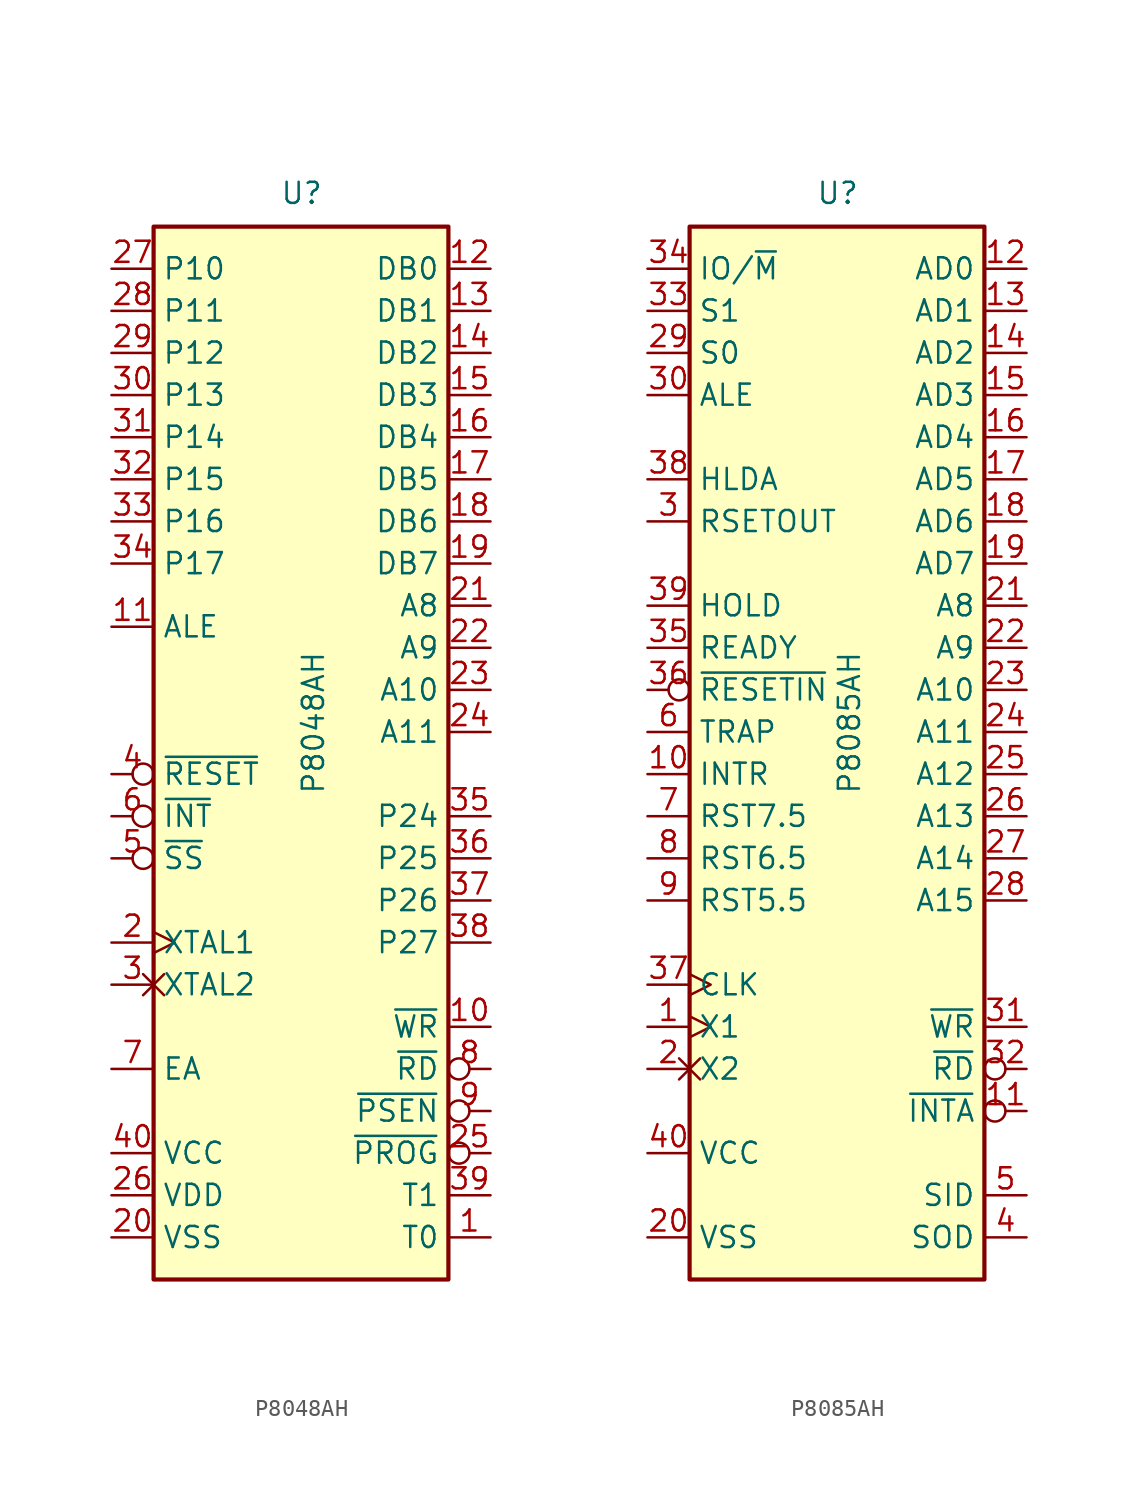
<source format=kicad_sym>
(kicad_symbol_lib
  (version 20211014)
  (generator kicad_symbol_editor)
  (symbol "P8048AH"
    (property "Reference" "U"
      (at -1.27 31.75 0)
      (effects (font (size 1.27 1.27)) (justify left bottom)))
    (property "Value" "P8048AH"
      (at 0 -3.81 90)
      (effects (font (size 1.27 1.27)) (justify left top)))
    (symbol "P8048AH_0_1"
      (rectangle (start -8.89 -33.02) (end 8.89 30.48) (stroke (width 0.254) (type default) (color 0 0 0 0)) (fill (type background))))
    (symbol "P8048AH_1_1"
      (pin output line (at 11.43 -30.48 180) (length 2.54) (name "T0" (effects (font (size 1.27 1.27)))) (number "1" (effects (font (size 1.27 1.27)))))
      (pin output line (at 11.43 -17.78 180) (length 2.54) (name "~{WR}" (effects (font (size 1.27 1.27)))) (number "10" (effects (font (size 1.27 1.27)))))
      (pin output line (at -11.43 6.35 0) (length 2.54) (name "ALE" (effects (font (size 1.27 1.27)))) (number "11" (effects (font (size 1.27 1.27)))))
      (pin bidirectional line (at 11.43 27.94 180) (length 2.54) (name "DB0" (effects (font (size 1.27 1.27)))) (number "12" (effects (font (size 1.27 1.27)))))
      (pin bidirectional line (at 11.43 25.4 180) (length 2.54) (name "DB1" (effects (font (size 1.27 1.27)))) (number "13" (effects (font (size 1.27 1.27)))))
      (pin bidirectional line (at 11.43 22.86 180) (length 2.54) (name "DB2" (effects (font (size 1.27 1.27)))) (number "14" (effects (font (size 1.27 1.27)))))
      (pin bidirectional line (at 11.43 20.32 180) (length 2.54) (name "DB3" (effects (font (size 1.27 1.27)))) (number "15" (effects (font (size 1.27 1.27)))))
      (pin bidirectional line (at 11.43 17.78 180) (length 2.54) (name "DB4" (effects (font (size 1.27 1.27)))) (number "16" (effects (font (size 1.27 1.27)))))
      (pin bidirectional line (at 11.43 15.24 180) (length 2.54) (name "DB5" (effects (font (size 1.27 1.27)))) (number "17" (effects (font (size 1.27 1.27)))))
      (pin bidirectional line (at 11.43 12.7 180) (length 2.54) (name "DB6" (effects (font (size 1.27 1.27)))) (number "18" (effects (font (size 1.27 1.27)))))
      (pin bidirectional line (at 11.43 10.16 180) (length 2.54) (name "DB7" (effects (font (size 1.27 1.27)))) (number "19" (effects (font (size 1.27 1.27)))))
      (pin input clock (at -11.43 -12.7 0) (length 2.54) (name "XTAL1" (effects (font (size 1.27 1.27)))) (number "2" (effects (font (size 1.27 1.27)))))
      (pin power_in line (at -11.43 -30.48 0) (length 2.54) (name "VSS" (effects (font (size 1.27 1.27)))) (number "20" (effects (font (size 1.27 1.27)))))
      (pin output line (at 11.43 7.62 180) (length 2.54) (name "A8" (effects (font (size 1.27 1.27)))) (number "21" (effects (font (size 1.27 1.27)))))
      (pin output line (at 11.43 5.08 180) (length 2.54) (name "A9" (effects (font (size 1.27 1.27)))) (number "22" (effects (font (size 1.27 1.27)))))
      (pin output line (at 11.43 2.54 180) (length 2.54) (name "A10" (effects (font (size 1.27 1.27)))) (number "23" (effects (font (size 1.27 1.27)))))
      (pin output line (at 11.43 0 180) (length 2.54) (name "A11" (effects (font (size 1.27 1.27)))) (number "24" (effects (font (size 1.27 1.27)))))
      (pin output inverted (at 11.43 -25.4 180) (length 2.54) (name "~{PROG}" (effects (font (size 1.27 1.27)))) (number "25" (effects (font (size 1.27 1.27)))))
      (pin power_in line (at -11.43 -27.94 0) (length 2.54) (name "VDD" (effects (font (size 1.27 1.27)))) (number "26" (effects (font (size 1.27 1.27)))))
      (pin bidirectional line (at -11.43 27.94 0) (length 2.54) (name "P10" (effects (font (size 1.27 1.27)))) (number "27" (effects (font (size 1.27 1.27)))))
      (pin bidirectional line (at -11.43 25.4 0) (length 2.54) (name "P11" (effects (font (size 1.27 1.27)))) (number "28" (effects (font (size 1.27 1.27)))))
      (pin bidirectional line (at -11.43 22.86 0) (length 2.54) (name "P12" (effects (font (size 1.27 1.27)))) (number "29" (effects (font (size 1.27 1.27)))))
      (pin input non_logic (at -11.43 -15.24 0) (length 2.54) (name "XTAL2" (effects (font (size 1.27 1.27)))) (number "3" (effects (font (size 1.27 1.27)))))
      (pin bidirectional line (at -11.43 20.32 0) (length 2.54) (name "P13" (effects (font (size 1.27 1.27)))) (number "30" (effects (font (size 1.27 1.27)))))
      (pin bidirectional line (at -11.43 17.78 0) (length 2.54) (name "P14" (effects (font (size 1.27 1.27)))) (number "31" (effects (font (size 1.27 1.27)))))
      (pin bidirectional line (at -11.43 15.24 0) (length 2.54) (name "P15" (effects (font (size 1.27 1.27)))) (number "32" (effects (font (size 1.27 1.27)))))
      (pin bidirectional line (at -11.43 12.7 0) (length 2.54) (name "P16" (effects (font (size 1.27 1.27)))) (number "33" (effects (font (size 1.27 1.27)))))
      (pin bidirectional line (at -11.43 10.16 0) (length 2.54) (name "P17" (effects (font (size 1.27 1.27)))) (number "34" (effects (font (size 1.27 1.27)))))
      (pin bidirectional line (at 11.43 -5.08 180) (length 2.54) (name "P24" (effects (font (size 1.27 1.27)))) (number "35" (effects (font (size 1.27 1.27)))))
      (pin bidirectional line (at 11.43 -7.62 180) (length 2.54) (name "P25" (effects (font (size 1.27 1.27)))) (number "36" (effects (font (size 1.27 1.27)))))
      (pin bidirectional line (at 11.43 -10.16 180) (length 2.54) (name "P26" (effects (font (size 1.27 1.27)))) (number "37" (effects (font (size 1.27 1.27)))))
      (pin bidirectional line (at 11.43 -12.7 180) (length 2.54) (name "P27" (effects (font (size 1.27 1.27)))) (number "38" (effects (font (size 1.27 1.27)))))
      (pin output line (at 11.43 -27.94 180) (length 2.54) (name "T1" (effects (font (size 1.27 1.27)))) (number "39" (effects (font (size 1.27 1.27)))))
      (pin input inverted (at -11.43 -2.54 0) (length 2.54) (name "~{RESET}" (effects (font (size 1.27 1.27)))) (number "4" (effects (font (size 1.27 1.27)))))
      (pin power_in line (at -11.43 -25.4 0) (length 2.54) (name "VCC" (effects (font (size 1.27 1.27)))) (number "40" (effects (font (size 1.27 1.27)))))
      (pin input inverted (at -11.43 -7.62 0) (length 2.54) (name "~{SS}" (effects (font (size 1.27 1.27)))) (number "5" (effects (font (size 1.27 1.27)))))
      (pin input inverted (at -11.43 -5.08 0) (length 2.54) (name "~{INT}" (effects (font (size 1.27 1.27)))) (number "6" (effects (font (size 1.27 1.27)))))
      (pin input line (at -11.43 -20.32 0) (length 2.54) (name "EA" (effects (font (size 1.27 1.27)))) (number "7" (effects (font (size 1.27 1.27)))))
      (pin output inverted (at 11.43 -20.32 180) (length 2.54) (name "~{RD}" (effects (font (size 1.27 1.27)))) (number "8" (effects (font (size 1.27 1.27)))))
      (pin output inverted (at 11.43 -22.86 180) (length 2.54) (name "~{PSEN}" (effects (font (size 1.27 1.27)))) (number "9" (effects (font (size 1.27 1.27)))))))
  (symbol "P8085AH"
    (property "Reference" "U"
      (at -1.27 31.75 0)
      (effects (font (size 1.27 1.27)) (justify left bottom)))
    (property "Value" "P8085AH"
      (at 0 -3.81 90)
      (effects (font (size 1.27 1.27)) (justify left top)))
    (symbol "P8085AH_0_1"
      (rectangle (start -8.89 -33.02) (end 8.89 30.48) (stroke (width 0.254) (type default) (color 0 0 0 0)) (fill (type background))))
    (symbol "P8085AH_1_1"
      (pin input clock (at -11.43 -17.78 0) (length 2.54) (name "X1" (effects (font (size 1.27 1.27)))) (number "1" (effects (font (size 1.27 1.27)))))
      (pin input line (at -11.43 -2.54 0) (length 2.54) (name "INTR" (effects (font (size 1.27 1.27)))) (number "10" (effects (font (size 1.27 1.27)))))
      (pin output inverted (at 11.43 -22.86 180) (length 2.54) (name "~{INTA}" (effects (font (size 1.27 1.27)))) (number "11" (effects (font (size 1.27 1.27)))))
      (pin bidirectional line (at 11.43 27.94 180) (length 2.54) (name "AD0" (effects (font (size 1.27 1.27)))) (number "12" (effects (font (size 1.27 1.27)))))
      (pin bidirectional line (at 11.43 25.4 180) (length 2.54) (name "AD1" (effects (font (size 1.27 1.27)))) (number "13" (effects (font (size 1.27 1.27)))))
      (pin bidirectional line (at 11.43 22.86 180) (length 2.54) (name "AD2" (effects (font (size 1.27 1.27)))) (number "14" (effects (font (size 1.27 1.27)))))
      (pin bidirectional line (at 11.43 20.32 180) (length 2.54) (name "AD3" (effects (font (size 1.27 1.27)))) (number "15" (effects (font (size 1.27 1.27)))))
      (pin bidirectional line (at 11.43 17.78 180) (length 2.54) (name "AD4" (effects (font (size 1.27 1.27)))) (number "16" (effects (font (size 1.27 1.27)))))
      (pin bidirectional line (at 11.43 15.24 180) (length 2.54) (name "AD5" (effects (font (size 1.27 1.27)))) (number "17" (effects (font (size 1.27 1.27)))))
      (pin bidirectional line (at 11.43 12.7 180) (length 2.54) (name "AD6" (effects (font (size 1.27 1.27)))) (number "18" (effects (font (size 1.27 1.27)))))
      (pin bidirectional line (at 11.43 10.16 180) (length 2.54) (name "AD7" (effects (font (size 1.27 1.27)))) (number "19" (effects (font (size 1.27 1.27)))))
      (pin input non_logic (at -11.43 -20.32 0) (length 2.54) (name "X2" (effects (font (size 1.27 1.27)))) (number "2" (effects (font (size 1.27 1.27)))))
      (pin power_in line (at -11.43 -30.48 0) (length 2.54) (name "VSS" (effects (font (size 1.27 1.27)))) (number "20" (effects (font (size 1.27 1.27)))))
      (pin output line (at 11.43 7.62 180) (length 2.54) (name "A8" (effects (font (size 1.27 1.27)))) (number "21" (effects (font (size 1.27 1.27)))))
      (pin output line (at 11.43 5.08 180) (length 2.54) (name "A9" (effects (font (size 1.27 1.27)))) (number "22" (effects (font (size 1.27 1.27)))))
      (pin output line (at 11.43 2.54 180) (length 2.54) (name "A10" (effects (font (size 1.27 1.27)))) (number "23" (effects (font (size 1.27 1.27)))))
      (pin output line (at 11.43 0 180) (length 2.54) (name "A11" (effects (font (size 1.27 1.27)))) (number "24" (effects (font (size 1.27 1.27)))))
      (pin output line (at 11.43 -2.54 180) (length 2.54) (name "A12" (effects (font (size 1.27 1.27)))) (number "25" (effects (font (size 1.27 1.27)))))
      (pin output line (at 11.43 -5.08 180) (length 2.54) (name "A13" (effects (font (size 1.27 1.27)))) (number "26" (effects (font (size 1.27 1.27)))))
      (pin output line (at 11.43 -7.62 180) (length 2.54) (name "A14" (effects (font (size 1.27 1.27)))) (number "27" (effects (font (size 1.27 1.27)))))
      (pin output line (at 11.43 -10.16 180) (length 2.54) (name "A15" (effects (font (size 1.27 1.27)))) (number "28" (effects (font (size 1.27 1.27)))))
      (pin output line (at -11.43 22.86 0) (length 2.54) (name "S0" (effects (font (size 1.27 1.27)))) (number "29" (effects (font (size 1.27 1.27)))))
      (pin output line (at -11.43 12.7 0) (length 2.54) (name "RSETOUT" (effects (font (size 1.27 1.27)))) (number "3" (effects (font (size 1.27 1.27)))))
      (pin output line (at -11.43 20.32 0) (length 2.54) (name "ALE" (effects (font (size 1.27 1.27)))) (number "30" (effects (font (size 1.27 1.27)))))
      (pin output line (at 11.43 -17.78 180) (length 2.54) (name "~{WR}" (effects (font (size 1.27 1.27)))) (number "31" (effects (font (size 1.27 1.27)))))
      (pin output inverted (at 11.43 -20.32 180) (length 2.54) (name "~{RD}" (effects (font (size 1.27 1.27)))) (number "32" (effects (font (size 1.27 1.27)))))
      (pin output line (at -11.43 25.4 0) (length 2.54) (name "S1" (effects (font (size 1.27 1.27)))) (number "33" (effects (font (size 1.27 1.27)))))
      (pin output line (at -11.43 27.94 0) (length 2.54) (name "IO/~{M}" (effects (font (size 1.27 1.27)))) (number "34" (effects (font (size 1.27 1.27)))))
      (pin input line (at -11.43 5.08 0) (length 2.54) (name "READY" (effects (font (size 1.27 1.27)))) (number "35" (effects (font (size 1.27 1.27)))))
      (pin input inverted (at -11.43 2.54 0) (length 2.54) (name "~{RESETIN}" (effects (font (size 1.27 1.27)))) (number "36" (effects (font (size 1.27 1.27)))))
      (pin output clock (at -11.43 -15.24 0) (length 2.54) (name "CLK" (effects (font (size 1.27 1.27)))) (number "37" (effects (font (size 1.27 1.27)))))
      (pin output line (at -11.43 15.24 0) (length 2.54) (name "HLDA" (effects (font (size 1.27 1.27)))) (number "38" (effects (font (size 1.27 1.27)))))
      (pin input line (at -11.43 7.62 0) (length 2.54) (name "HOLD" (effects (font (size 1.27 1.27)))) (number "39" (effects (font (size 1.27 1.27)))))
      (pin output line (at 11.43 -30.48 180) (length 2.54) (name "SOD" (effects (font (size 1.27 1.27)))) (number "4" (effects (font (size 1.27 1.27)))))
      (pin power_in line (at -11.43 -25.4 0) (length 2.54) (name "VCC" (effects (font (size 1.27 1.27)))) (number "40" (effects (font (size 1.27 1.27)))))
      (pin input line (at 11.43 -27.94 180) (length 2.54) (name "SID" (effects (font (size 1.27 1.27)))) (number "5" (effects (font (size 1.27 1.27)))))
      (pin input line (at -11.43 0 0) (length 2.54) (name "TRAP" (effects (font (size 1.27 1.27)))) (number "6" (effects (font (size 1.27 1.27)))))
      (pin input line (at -11.43 -5.08 0) (length 2.54) (name "RST7.5" (effects (font (size 1.27 1.27)))) (number "7" (effects (font (size 1.27 1.27)))))
      (pin input line (at -11.43 -7.62 0) (length 2.54) (name "RST6.5" (effects (font (size 1.27 1.27)))) (number "8" (effects (font (size 1.27 1.27)))))
      (pin input line (at -11.43 -10.16 0) (length 2.54) (name "RST5.5" (effects (font (size 1.27 1.27)))) (number "9" (effects (font (size 1.27 1.27))))))))
</source>
